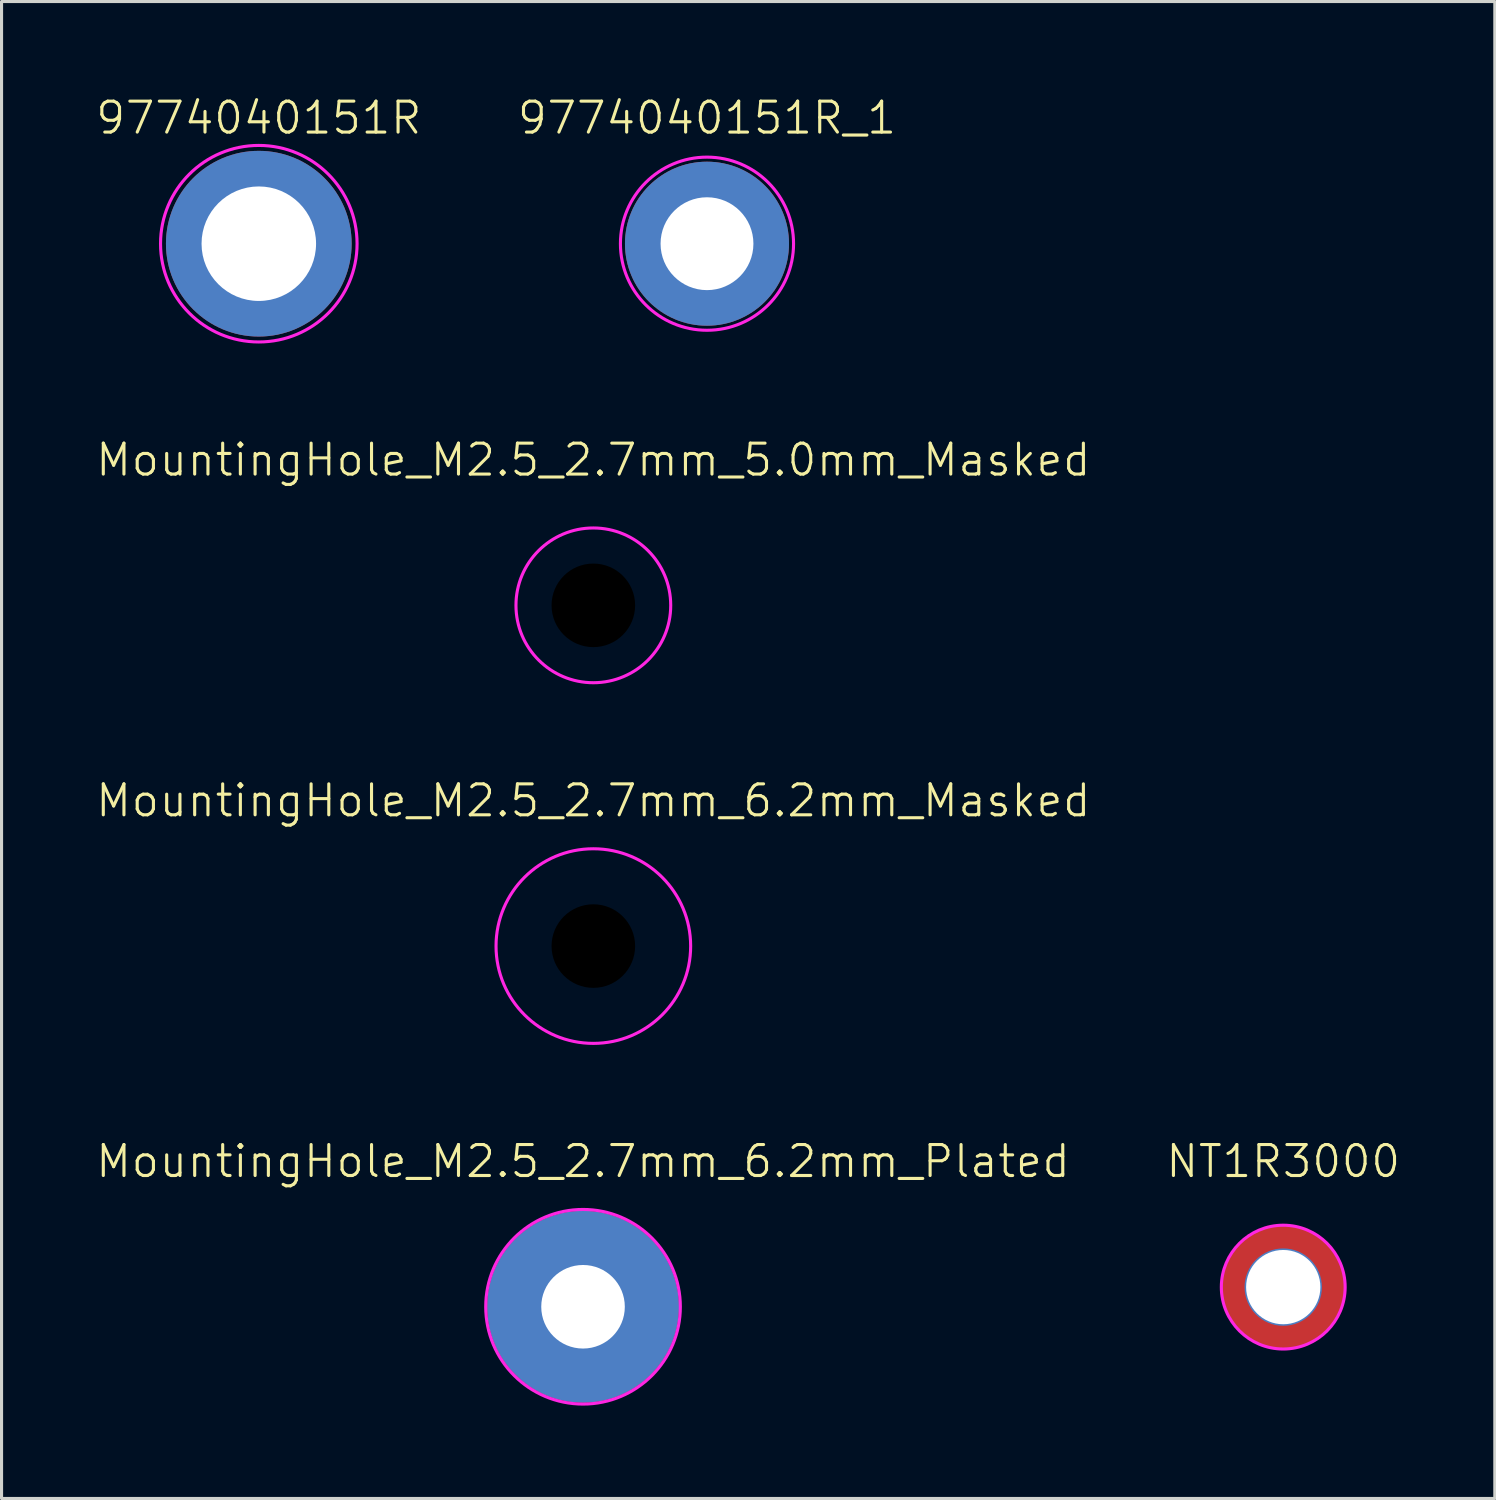
<source format=kicad_pcb>
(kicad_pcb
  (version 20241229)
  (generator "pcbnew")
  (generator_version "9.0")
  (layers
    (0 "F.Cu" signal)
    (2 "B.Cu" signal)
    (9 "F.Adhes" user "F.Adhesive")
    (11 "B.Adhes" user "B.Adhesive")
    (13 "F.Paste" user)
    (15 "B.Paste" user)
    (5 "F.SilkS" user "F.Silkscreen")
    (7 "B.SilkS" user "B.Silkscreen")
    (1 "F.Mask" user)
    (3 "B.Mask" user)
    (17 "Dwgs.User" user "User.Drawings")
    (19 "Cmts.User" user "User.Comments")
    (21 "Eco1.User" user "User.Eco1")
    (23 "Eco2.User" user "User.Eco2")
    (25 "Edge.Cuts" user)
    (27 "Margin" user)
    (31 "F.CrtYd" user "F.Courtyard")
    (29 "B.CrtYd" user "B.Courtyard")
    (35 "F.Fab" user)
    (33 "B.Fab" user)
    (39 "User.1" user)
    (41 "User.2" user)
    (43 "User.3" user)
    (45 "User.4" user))
  (footprint "MountingHole_M2.5_2.7mm_5.0mm_Masked"
    (layer "F.Cu")
    (at 16.121 16.509)
    (property "Reference" "MountingHole_M2.5_2.7mm_5.0mm_Masked" (at 0 -4.699 0) (unlocked yes) (layer "F.SilkS") (effects (font (size 1 1) (thickness 0.1))))
    (attr through_hole)
    (fp_circle (center 0 0) (end 2.5 0) (stroke (width 0.1) (type default)) (fill no) (layer "F.CrtYd"))
    (pad "" np_thru_hole circle (at 0 0) (size 5 5) (drill 2.7) (layers "*.Mask")))
  (footprint "MountingHole_M2.5_2.7mm_6.2mm_Plated"
    (layer "F.Cu")
    (at 15.788 39.172)
    (property "Reference" "MountingHole_M2.5_2.7mm_6.2mm_Plated" (at 0 -4.699 0) (unlocked yes) (layer "F.SilkS") (effects (font (size 1 1) (thickness 0.1))))
    (attr through_hole)
    (fp_circle (center 0 0) (end 3.144 0) (stroke (width 0.1) (type default)) (fill no) (layer "F.CrtYd"))
    (pad "1" thru_hole circle (at 0 0) (size 6.2 6.2) (drill 2.7) (layers "*.Cu" "*.Mask")))
  (footprint "9774040151R_1"
    (layer "F.Cu")
    (at 19.793 4.824)
    (property "Reference" "9774040151R_1" (at 0 -4.064 0) (unlocked yes) (layer "F.SilkS") (effects (font (size 1 1) (thickness 0.1))))
    (attr smd)
    (fp_circle (center 0 0) (end 2.794 0.127) (stroke (width 0.1) (type default)) (fill no) (layer "F.CrtYd"))
    (pad "1" thru_hole circle (at 0 0) (size 5.3 5.3) (drill 3) (layers "*.Cu" "*.Mask")))
  (footprint "9774040151R"
    (layer "F.Cu")
    (at 5.312 4.824)
    (property "Reference" "9774040151R" (at 0 -4.064 0) (unlocked yes) (layer "F.SilkS") (effects (font (size 1 1) (thickness 0.1))))
    (attr smd)
    (fp_circle (center 0 0) (end 3.175 0) (stroke (width 0.1) (type default)) (fill no) (layer "F.CrtYd"))
    (pad "1" thru_hole circle (at 0 0) (size 6 6) (drill 3.7) (layers "*.Cu" "*.Mask")))
  (footprint "NT1R3000"
    (layer "F.Cu")
    (at 38.412 38.537)
    (property "Reference" "NT1R3000" (at 0 -4.064 0) (unlocked yes) (layer "F.SilkS") (effects (font (size 1 1) (thickness 0.1))))
    (attr smd)
    (fp_circle (center 0 0) (end 2 0) (stroke (width 0.1) (type default)) (fill no) (layer "F.CrtYd"))
    (pad "1" thru_hole circle (at 0 0) (size 4 4) (drill 2.4) (layers "*.Cu" "*.Mask") (padstack (mode custom) (layer "B.Cu" (shape circle) (size 2.5 2.5)))))
  (footprint "MountingHole_M2.5_2.7mm_6.2mm_Masked"
    (layer "F.Cu")
    (at 16.121 27.518)
    (property "Reference" "MountingHole_M2.5_2.7mm_6.2mm_Masked" (at 0 -4.699 0) (unlocked yes) (layer "F.SilkS") (effects (font (size 1 1) (thickness 0.1))))
    (attr through_hole)
    (fp_circle (center 0 0) (end 3.144 0) (stroke (width 0.1) (type default)) (fill no) (layer "F.CrtYd"))
    (pad "" np_thru_hole circle (at 0 0) (size 6.2 6.2) (drill 2.7) (layers "*.Mask")))
  (gr_rect
    (start -3 -3)
    (end 45.248 45.367)
    (stroke (width 0.1) (type default))
    (fill no)
    (layer "Edge.Cuts")))
</source>
